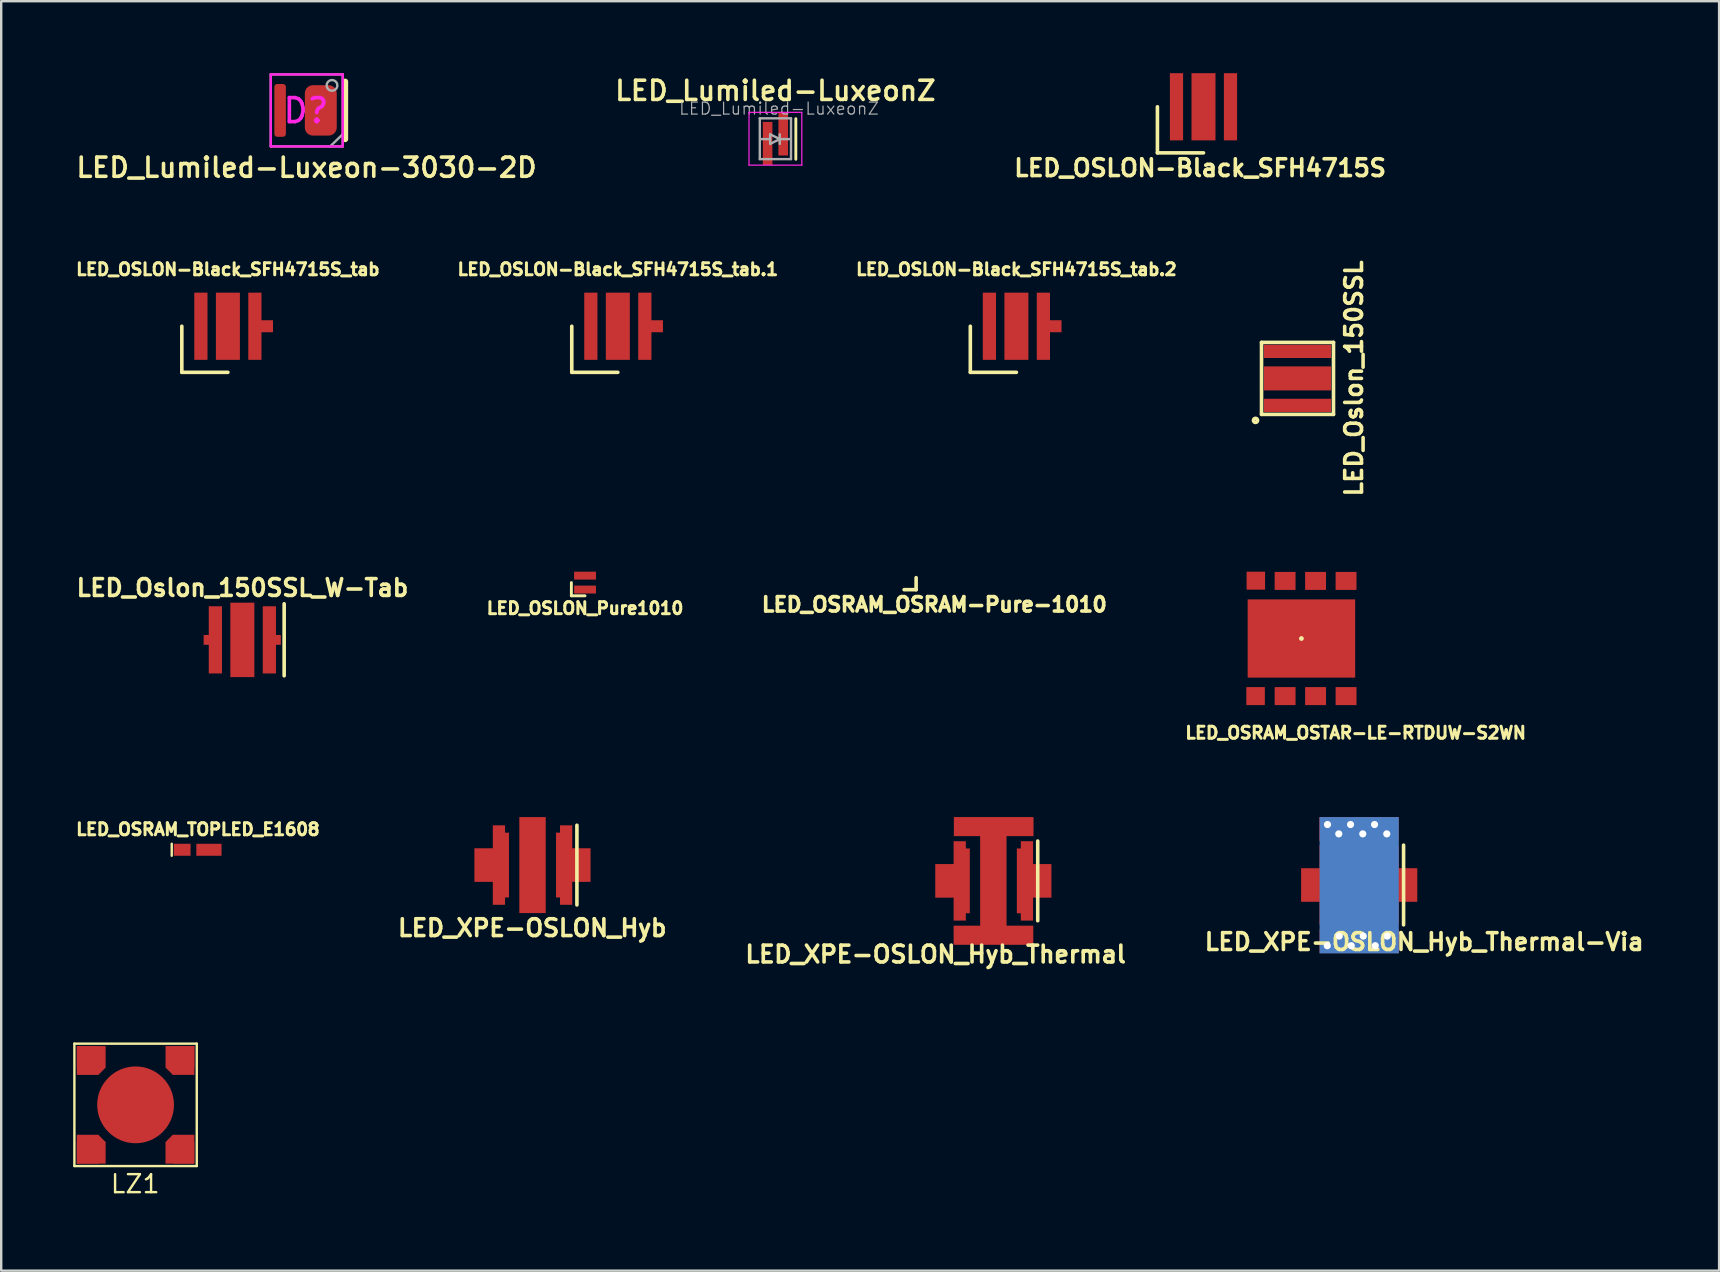
<source format=kicad_pcb>
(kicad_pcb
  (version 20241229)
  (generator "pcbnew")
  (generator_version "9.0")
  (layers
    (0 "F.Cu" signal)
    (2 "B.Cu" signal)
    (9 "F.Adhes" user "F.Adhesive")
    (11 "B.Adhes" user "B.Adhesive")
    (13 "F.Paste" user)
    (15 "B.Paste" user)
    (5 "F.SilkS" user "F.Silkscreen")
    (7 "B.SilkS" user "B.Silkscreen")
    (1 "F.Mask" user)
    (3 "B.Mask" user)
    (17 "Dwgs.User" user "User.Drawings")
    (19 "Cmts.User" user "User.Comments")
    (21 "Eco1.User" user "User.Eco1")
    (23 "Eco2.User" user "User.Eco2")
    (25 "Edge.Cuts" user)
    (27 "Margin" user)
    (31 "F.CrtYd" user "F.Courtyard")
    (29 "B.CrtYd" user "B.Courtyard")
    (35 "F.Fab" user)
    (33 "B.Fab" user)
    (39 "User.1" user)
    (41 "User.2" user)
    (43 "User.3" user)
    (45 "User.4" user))
  (footprint "LED_XPE-OSLON_Hyb_Thermal-Via"
    (layer "F.Cu")
    (at 53.592 33.831)
    (property "Reference" "LED_XPE-OSLON_Hyb_Thermal-Via" (at 2.71 2.37 0) (layer "F.SilkS") (effects (font (size 0.7 0.7) (thickness 0.15))))
    (attr smd)
    (fp_poly (pts (xy -0.55 -1.68) (xy 0.55 -1.68) (xy 0.55 1.67) (xy -0.55 1.67)) (stroke (width 0.00015) (type solid)) (fill yes) (layer "F.Mask"))
    (fp_line (start 1.85 -1.66) (end 1.85 1.66) (stroke (width 0.15) (type solid)) (layer "F.SilkS"))
    (fp_poly (pts (xy -0.44 -1.55) (xy 0.44 -1.55) (xy 0.44 1.55) (xy -0.45 1.55)) (stroke (width 0.00015) (type solid)) (fill yes) (layer "F.Paste"))
    (pad "1" smd custom (at -1.19 0) (size 0.42 2.7) (layers "F.Cu" "F.Mask" "F.Paste") (options (anchor rect)) (primitives (gr_poly (pts (xy -0.46 -1.65) (xy 0.04 -1.65) (xy 0.04 1.64) (xy 0.04 1.65) (xy -0.46 1.65)) (width 0.01) (fill yes)) (gr_poly (pts (xy -1.23 0) (xy -1.23 -0.7) (xy 0.21 -0.7) (xy 0.21 0.7) (xy -1.23 0.7)) (width 0.001) (fill yes))))
    (pad "2" smd custom (at 1.19 0) (size 0.42 2.7) (layers "F.Cu" "F.Mask" "F.Paste") (options (anchor rect)) (primitives (gr_poly (pts (xy -0.04 -1.65) (xy 0.46 -1.65) (xy 0.46 1.65) (xy -0.04 1.65)) (width 0.01) (fill yes)) (gr_poly (pts (xy -0.21 0) (xy -0.21 -0.7) (xy 1.23 -0.7) (xy 1.23 0.7) (xy -0.21 0.7)) (width 0.001) (fill yes))))
    (pad "3" thru_hole circle (at -1.33 2.53) (size 0.46 0.46) (drill 0.3) (layers "*.Cu"))
    (pad "3" thru_hole circle (at -1.32 -2.52) (size 0.46 0.46) (drill 0.3) (layers "*.Cu"))
    (pad "3" thru_hole circle (at -0.85 -2.13) (size 0.46 0.46) (drill 0.3) (layers "*.Cu"))
    (pad "3" thru_hole circle (at -0.83 2.13) (size 0.46 0.46) (drill 0.3) (layers "*.Cu"))
    (pad "3" thru_hole circle (at -0.36 -2.52) (size 0.46 0.46) (drill 0.3) (layers "*.Cu"))
    (pad "3" thru_hole circle (at -0.33 2.53) (size 0.46 0.46) (drill 0.3) (layers "*.Cu"))
    (pad "3" smd custom (at 0 0) (size 1.1 4) (layers "F.Cu") (options (anchor rect)) (primitives (gr_poly (pts (xy -1.66 -2.83) (xy -1.66 -1.83) (xy 1.65 -1.83) (xy 1.65 -2.83)) (width 0.001) (fill yes)) (gr_poly (pts (xy -1.65 1.84) (xy -1.65 2.84) (xy 1.66 2.84) (xy 1.66 1.84)) (width 0.001) (fill yes))))
    (pad "3" smd rect (at 0 0.01) (size 3.3 5.68) (layers "B.Cu"))
    (pad "3" thru_hole circle (at 0.15 -2.13) (size 0.46 0.46) (drill 0.3) (layers "*.Cu"))
    (pad "3" thru_hole circle (at 0.17 2.13) (size 0.46 0.46) (drill 0.3) (layers "*.Cu"))
    (pad "3" thru_hole circle (at 0.64 -2.52) (size 0.46 0.46) (drill 0.3) (layers "*.Cu"))
    (pad "3" thru_hole circle (at 0.67 2.53) (size 0.46 0.46) (drill 0.3) (layers "*.Cu"))
    (pad "3" thru_hole circle (at 1.15 -2.13) (size 0.46 0.46) (drill 0.3) (layers "*.Cu"))
    (pad "3" thru_hole circle (at 1.17 2.13) (size 0.46 0.46) (drill 0.3) (layers "*.Cu")))
  (footprint "LED_OSRAM_TOPLED_E1608"
    (layer "F.Cu")
    (at 5.187 32.363)
    (property "Reference" "LED_OSRAM_TOPLED_E1608" (at 0.01 -0.85 0) (layer "F.SilkS") (effects (font (size 0.5 0.5) (thickness 0.125))))
    (attr smd)
    (fp_line (start -1.08 -0.25) (end -1.08 0.25) (stroke (width 0.1) (type solid)) (layer "F.SilkS"))
    (pad "1" smd rect (at 0.47 0) (size 1.05 0.5) (layers "F.Cu" "F.Mask" "F.Paste"))
    (pad "2" smd rect (at -0.645 0) (size 0.7 0.5) (layers "F.Cu" "F.Mask" "F.Paste")))
  (footprint "LED_Lumiled-LuxeonZ"
    (layer "F.Cu")
    (at 29.264 2.731)
    (property "Reference" "LED_Lumiled-LuxeonZ" (at 0 -2 0) (layer "F.SilkS") (effects (font (size 0.8 0.8) (thickness 0.15))))
    (attr smd)
    (fp_line (start 0.851 0.856) (end 0.851 -0.836) (stroke (width 0.12) (type solid)) (layer "F.SilkS"))
    (fp_line (start -1.1 -1.1) (end 1.1 -1.1) (stroke (width 0.05) (type solid)) (layer "F.CrtYd"))
    (fp_line (start -1.1 1.1) (end -1.1 -1.1) (stroke (width 0.05) (type solid)) (layer "F.CrtYd"))
    (fp_line (start 1.1 -1.1) (end 1.1 1.1) (stroke (width 0.05) (type solid)) (layer "F.CrtYd"))
    (fp_line (start 1.1 1.1) (end -1.1 1.1) (stroke (width 0.05) (type solid)) (layer "F.CrtYd"))
    (fp_line (start -0.65 0.851) (end -0.65 -0.851) (stroke (width 0.1) (type solid)) (layer "F.Fab"))
    (fp_line (start -0.65 -0.851) (end 0.65 -0.851) (stroke (width 0.1) (type solid)) (layer "F.Fab"))
    (fp_line (start -0.619 0.016) (end -0.219 0.016) (stroke (width 0.1) (type solid)) (layer "F.Fab"))
    (fp_line (start -0.219 -0.184) (end 0.181 0.016) (stroke (width 0.1) (type solid)) (layer "F.Fab"))
    (fp_line (start -0.219 0.216) (end -0.219 -0.184) (stroke (width 0.1) (type solid)) (layer "F.Fab"))
    (fp_line (start 0.181 0.016) (end -0.219 0.216) (stroke (width 0.1) (type solid)) (layer "F.Fab"))
    (fp_line (start 0.181 0.216) (end 0.181 -0.184) (stroke (width 0.1) (type solid)) (layer "F.Fab"))
    (fp_line (start 0.581 0.016) (end 0.181 0.016) (stroke (width 0.1) (type solid)) (layer "F.Fab"))
    (fp_line (start 0.65 0.851) (end -0.65 0.851) (stroke (width 0.1) (type solid)) (layer "F.Fab"))
    (fp_line (start 0.65 -0.85) (end 0.65 0.85) (stroke (width 0.1) (type solid)) (layer "F.Fab"))
    (fp_text user "${REFERENCE}" (at 0.15 -1.255 0) (layer "F.Fab") (effects (font (size 0.5 0.5) (thickness 0.05))))
    (pad "1" smd rect (at 0.325 0) (size 0.4 1.8) (drill (offset 0 -0.2)) (layers "F.Cu" "F.Mask" "F.Paste"))
    (pad "2" smd rect (at -0.325 0) (size 0.4 1.8) (drill (offset 0 0.2)) (layers "F.Cu" "F.Mask" "F.Paste")))
  (footprint "LZ1"
    (layer "F.Cu")
    (at 2.6 42.993)
    (property "Reference" "LZ1" (at -0.015 3.297 0) (layer "F.SilkS") (effects (font (size 0.75 0.75) (thickness 0.1))))
    (attr through_hole)
    (fp_line (start -2.55 -2.55) (end -2.55 2.55) (stroke (width 0.1) (type solid)) (layer "F.SilkS"))
    (fp_line (start -2.55 -2.55) (end 2.55 -2.55) (stroke (width 0.1) (type solid)) (layer "F.SilkS"))
    (fp_line (start -2.55 2.55) (end 2.55 2.55) (stroke (width 0.1) (type solid)) (layer "F.SilkS"))
    (fp_line (start 2.55 -2.55) (end 2.55 2.55) (stroke (width 0.1) (type solid)) (layer "F.SilkS"))
    (pad "1" smd rect (at -2 -1.848) (size 0.898 1.2) (layers "F.Cu" "F.Mask" "F.Paste"))
    (pad "1" smd rect (at -1.848 -2 270) (size 0.898 1.2) (layers "F.Cu" "F.Mask" "F.Paste"))
    (pad "1" smd rect (at -1.435 -1.435 45) (size 0.43 0.3) (drill (offset 0 -0.1)) (layers "F.Cu" "F.Mask" "F.Paste"))
    (pad "2" smd rect (at 1.436 -1.436 315) (size 0.43 0.3) (drill (offset 0 -0.1)) (layers "F.Cu" "F.Mask" "F.Paste"))
    (pad "2" smd rect (at 1.849 -2.001 270) (size 0.898 1.2) (layers "F.Cu" "F.Mask" "F.Paste"))
    (pad "2" smd rect (at 2.001 -1.849 180) (size 0.898 1.2) (layers "F.Cu" "F.Mask" "F.Paste"))
    (pad "3" smd rect (at 1.434 1.434 225) (size 0.43 0.3) (drill (offset 0 -0.1)) (layers "F.Cu" "F.Mask" "F.Paste"))
    (pad "3" smd rect (at 1.847 2 90) (size 0.898 1.2) (layers "F.Cu" "F.Mask" "F.Paste"))
    (pad "3" smd rect (at 2 1.848 180) (size 0.898 1.2) (layers "F.Cu" "F.Mask" "F.Paste"))
    (pad "4" smd rect (at -2.001 1.848) (size 0.898 1.2) (layers "F.Cu" "F.Mask" "F.Paste"))
    (pad "4" smd rect (at -1.848 2.001 90) (size 0.898 1.2) (layers "F.Cu" "F.Mask" "F.Paste"))
    (pad "4" smd rect (at -1.435 1.435 135) (size 0.43 0.3) (drill (offset 0 -0.1)) (layers "F.Cu" "F.Mask" "F.Paste"))
    (pad "5" smd circle (at 0 0) (size 3.2 3.2) (layers "F.Cu" "F.Mask" "F.Paste")))
  (footprint "LED_OSRAM_OSRAM-Pure-1010"
    (layer "F.Cu")
    (at 34.628 21.024)
    (property "Reference" "LED_OSRAM_OSRAM-Pure-1010" (at 1.26 1.12 0) (layer "F.SilkS") (effects (font (size 0.6 0.6) (thickness 0.15))))
    (attr through_hole)
    (fp_line (start 0 0.5) (end 0.5 0.5) (stroke (width 0.15) (type solid)) (layer "F.SilkS"))
    (fp_line (start 0.5 0) (end 0.5 0.5) (stroke (width 0.15) (type solid)) (layer "F.SilkS")))
  (footprint "LED_OSLON_Pure1010"
    (layer "F.Cu")
    (at 21.331 21.229)
    (property "Reference" "LED_OSLON_Pure1010" (at 0 1.07 0) (layer "F.SilkS") (effects (font (size 0.5 0.5) (thickness 0.125))))
    (attr smd)
    (fp_line (start -0.57 0) (end -0.57 0.55) (stroke (width 0.12) (type solid)) (layer "F.SilkS"))
    (fp_line (start -0.57 0.55) (end 0 0.55) (stroke (width 0.12) (type solid)) (layer "F.SilkS"))
    (pad "1" smd rect (at 0 -0.29) (size 0.91 0.33) (layers "F.Cu" "F.Mask" "F.Paste"))
    (pad "2" smd rect (at 0 0.29) (size 0.91 0.33) (layers "F.Cu" "F.Mask" "F.Paste")))
  (footprint "LED_XPE-OSLON_Hyb_Thermal"
    (layer "F.Cu")
    (at 38.346 33.66)
    (property "Reference" "LED_XPE-OSLON_Hyb_Thermal" (at -2.404 3.06 0) (layer "F.SilkS") (effects (font (size 0.7 0.7) (thickness 0.15))))
    (attr smd)
    (fp_line (start 1.85 -1.66) (end 1.85 1.66) (stroke (width 0.15) (type solid)) (layer "F.SilkS"))
    (fp_poly (pts (xy -0.508 -1.364) (xy 0.512 -1.364) (xy 0.511 1.356) (xy -0.508 1.356)) (stroke (width 0.05) (type solid)) (fill yes) (layer "F.Paste"))
    (pad "1" smd custom (at -1.19 0) (size 0.42 2.7) (layers "F.Cu" "F.Mask" "F.Paste") (options (anchor rect)) (primitives (gr_poly (pts (xy -0.46 -1.65) (xy 0.04 -1.65) (xy 0.04 1.64) (xy 0.04 1.65) (xy -0.46 1.65)) (width 0.01) (fill yes)) (gr_poly (pts (xy -1.23 0) (xy -1.23 -0.7) (xy 0.21 -0.7) (xy 0.21 0.7) (xy -1.23 0.7)) (width 0.001) (fill yes))))
    (pad "2" smd custom (at 1.19 0) (size 0.42 2.7) (layers "F.Cu" "F.Mask" "F.Paste") (options (anchor rect)) (primitives (gr_poly (pts (xy -0.04 -1.65) (xy 0.46 -1.65) (xy 0.46 1.65) (xy -0.04 1.65)) (width 0.01) (fill yes)) (gr_poly (pts (xy -0.21 0) (xy -0.21 -0.7) (xy 1.23 -0.7) (xy 1.23 0.7) (xy -0.21 0.7)) (width 0.001) (fill yes))))
    (pad "3" smd custom (at 0 0) (size 1.1 4) (layers "F.Cu" "F.Mask") (options (anchor rect)) (primitives (gr_poly (pts (xy -1.65 2.657) (xy 1.66 2.657) (xy 1.66 1.872) (xy -1.65 1.872)) (width 0.01) (fill yes)) (gr_poly (pts (xy -1.64 -1.869) (xy 1.67 -1.869) (xy 1.67 -2.654) (xy -1.64 -2.654)) (width 0.01) (fill yes)))))
  (footprint "LED_Lumiled-Luxeon-3030-2D"
    (layer "F.Cu")
    (at 9.734 1.55)
    (property "Reference" "LED_Lumiled-Luxeon-3030-2D" (at -0.008 2.383 0) (layer "F.SilkS") (effects (font (size 0.8 0.8) (thickness 0.15))))
    (attr smd)
    (fp_line (start 1.6 -1.2) (end 1.6 1.2) (stroke (width 0.25) (type solid)) (layer "F.SilkS"))
    (fp_line (start -1.5 -1.5) (end 1.5 -1.5) (stroke (width 0.1) (type solid)) (layer "F.CrtYd"))
    (fp_line (start -1.5 1.5) (end -1.5 -1.5) (stroke (width 0.1) (type solid)) (layer "F.CrtYd"))
    (fp_line (start 1.5 -1.5) (end 1.5 1.5) (stroke (width 0.1) (type solid)) (layer "F.CrtYd"))
    (fp_line (start 1.5 1.5) (end -1.5 1.5) (stroke (width 0.1) (type solid)) (layer "F.CrtYd"))
    (fp_line (start -1.5 -1.5) (end 1.5 -1.5) (stroke (width 0.1) (type solid)) (layer "F.Fab"))
    (fp_line (start -1.5 1.5) (end -1.5 -1.5) (stroke (width 0.1) (type solid)) (layer "F.Fab"))
    (fp_line (start 0.975 1.501) (end 1.496 0.996) (stroke (width 0.1) (type solid)) (layer "F.Fab"))
    (fp_line (start 1.5 -1.5) (end 1.5 1.5) (stroke (width 0.1) (type solid)) (layer "F.Fab"))
    (fp_line (start 1.5 1.5) (end -1.5 1.5) (stroke (width 0.1) (type solid)) (layer "F.Fab"))
    (fp_circle (center 1.052 -1.041) (end 1.09 -1.26) (stroke (width 0.1) (type solid)) (fill no) (layer "F.Fab"))
    (fp_text user "D?" (at -0.036 0.013 0) (layer "F.CrtYd") (effects (font (size 1 1) (thickness 0.15))))
    (pad "" smd roundrect (at 0.635 0) (size 1.53 2.3) (layers "F.Mask") (roundrect_rratio 0.25))
    (pad "1" smd roundrect (at -1.11 0) (size 0.48 2.2) (layers "F.Cu" "F.Mask" "F.Paste") (roundrect_rratio 0.25))
    (pad "2" smd roundrect (at 0.585 0) (size 1.33 2.1) (layers "F.Cu" "F.Paste") (roundrect_rratio 0.25)))
  (footprint "LED_OSLON-Black_SFH4715S_tab"
    (layer "F.Cu")
    (at 6.447 10.546)
    (property "Reference" "LED_OSLON-Black_SFH4715S_tab" (at 0 -2.37 0) (layer "F.SilkS") (effects (font (size 0.5 0.5) (thickness 0.125))))
    (attr smd)
    (fp_line (start -1.92 0) (end -1.92 1.92) (stroke (width 0.15) (type solid)) (layer "F.SilkS"))
    (fp_line (start -1.92 1.92) (end 0 1.92) (stroke (width 0.15) (type solid)) (layer "F.SilkS"))
    (pad "1" smd rect (at 1.125 0) (size 0.55 2.8) (layers "F.Cu" "F.Mask" "F.Paste"))
    (pad "1" smd rect (at 1.63 0) (size 0.5 0.5) (layers "F.Cu" "F.Mask" "F.Paste"))
    (pad "2" smd rect (at -1.125 0) (size 0.55 2.8) (layers "F.Cu" "F.Mask" "F.Paste"))
    (pad "2" smd rect (at 0 0) (size 1 2.8) (layers "F.Cu" "F.Mask" "F.Paste")))
  (footprint "LED_OSLON-Black_SFH4715S_tab.2"
    (layer "F.Cu")
    (at 39.307 10.546)
    (property "Reference" "LED_OSLON-Black_SFH4715S_tab.2" (at 0 -2.37 0) (layer "F.SilkS") (effects (font (size 0.5 0.5) (thickness 0.125))))
    (attr smd)
    (fp_line (start -1.92 0) (end -1.92 1.92) (stroke (width 0.15) (type solid)) (layer "F.SilkS"))
    (fp_line (start -1.92 1.92) (end 0 1.92) (stroke (width 0.15) (type solid)) (layer "F.SilkS"))
    (pad "1" smd rect (at 1.125 0) (size 0.55 2.8) (layers "F.Cu" "F.Mask" "F.Paste"))
    (pad "1" smd rect (at 1.63 0) (size 0.5 0.5) (layers "F.Cu" "F.Mask" "F.Paste"))
    (pad "2" smd rect (at -1.125 0) (size 0.55 2.8) (layers "F.Cu" "F.Mask" "F.Paste"))
    (pad "2" smd rect (at 0 0) (size 1 2.8) (layers "F.Cu" "F.Mask" "F.Paste")))
  (footprint "LED_OSLON-Black_SFH4715S_tab.1"
    (layer "F.Cu")
    (at 22.698 10.546)
    (property "Reference" "LED_OSLON-Black_SFH4715S_tab.1" (at 0 -2.37 0) (layer "F.SilkS") (effects (font (size 0.5 0.5) (thickness 0.125))))
    (attr smd)
    (fp_line (start -1.92 0) (end -1.92 1.92) (stroke (width 0.15) (type solid)) (layer "F.SilkS"))
    (fp_line (start -1.92 1.92) (end 0 1.92) (stroke (width 0.15) (type solid)) (layer "F.SilkS"))
    (pad "1" smd rect (at 1.125 0) (size 0.55 2.8) (layers "F.Cu" "F.Mask" "F.Paste"))
    (pad "1" smd rect (at 1.63 0) (size 0.5 0.5) (layers "F.Cu" "F.Mask" "F.Paste"))
    (pad "2" smd rect (at -1.125 0) (size 0.55 2.8) (layers "F.Cu" "F.Mask" "F.Paste"))
    (pad "2" smd rect (at 0 0) (size 1 2.8) (layers "F.Cu" "F.Mask" "F.Paste")))
  (footprint "LED_Oslon_150SSL"
    (layer "F.Cu")
    (at 51.022 12.719)
    (property "Reference" "LED_Oslon_150SSL" (at 2.35 0 90) (layer "F.SilkS") (effects (font (size 0.7 0.7) (thickness 0.15))))
    (attr smd)
    (fp_line (start -1.5 -1.5) (end 1.5 -1.5) (stroke (width 0.15) (type solid)) (layer "F.SilkS"))
    (fp_line (start -1.5 1.5) (end -1.5 -1.5) (stroke (width 0.15) (type solid)) (layer "F.SilkS"))
    (fp_line (start 1.5 -1.5) (end 1.5 1.5) (stroke (width 0.15) (type solid)) (layer "F.SilkS"))
    (fp_line (start 1.5 1.5) (end -1.5 1.5) (stroke (width 0.15) (type solid)) (layer "F.SilkS"))
    (fp_circle (center -1.75 1.75) (end -1.664 1.75) (stroke (width 0.15) (type solid)) (fill no) (layer "F.SilkS"))
    (pad "1" smd rect (at 0 -1.125) (size 2.8 0.55) (layers "F.Cu" "F.Mask" "F.Paste"))
    (pad "2" smd rect (at 0 1.125) (size 2.8 0.55) (layers "F.Cu" "F.Mask" "F.Paste"))
    (pad "3" smd rect (at 0 0) (size 2.8 1) (layers "F.Cu" "F.Mask" "F.Paste")))
  (footprint "LED_OSRAM_OSTAR-LE-RTDUW-S2WN"
    (layer "F.Cu")
    (at 51.185 23.559)
    (property "Reference" "LED_OSRAM_OSTAR-LE-RTDUW-S2WN" (at 2.26 3.93 0) (layer "F.SilkS") (effects (font (size 0.5 0.5) (thickness 0.125))))
    (attr through_hole)
    (fp_line (start 0 0) (end 0 0) (stroke (width 0.1) (type solid)) (layer "F.SilkS"))
    (fp_line (start 0 0) (end 0 0) (stroke (width 0.1) (type solid)) (layer "F.SilkS"))
    (fp_line (start 0 0) (end 0 0) (stroke (width 0.1) (type solid)) (layer "F.SilkS"))
    (fp_line (start 0 0) (end 0 0) (stroke (width 0.1) (type solid)) (layer "F.SilkS"))
    (fp_line (start 0 0) (end 0 0) (stroke (width 0.1) (type solid)) (layer "F.SilkS"))
    (fp_arc (start 0 0) (mid 0 0) (end 0 0) (stroke (width 0.1) (type solid)) (layer "F.SilkS"))
    (pad "1" smd rect (at 1.86 -2.4) (size 0.87 0.75) (layers "F.Cu" "F.Mask" "F.Paste"))
    (pad "2" smd rect (at 0.59 -2.4) (size 0.87 0.75) (layers "F.Cu" "F.Mask" "F.Paste"))
    (pad "3" smd rect (at -0.68 -2.4) (size 0.87 0.75) (layers "F.Cu" "F.Mask" "F.Paste"))
    (pad "4" smd rect (at -1.9 -2.41) (size 0.77 0.75) (layers "F.Cu" "F.Mask" "F.Paste"))
    (pad "5" smd rect (at -1.91 2.4) (size 0.77 0.75) (layers "F.Cu" "F.Mask" "F.Paste"))
    (pad "6" smd rect (at -0.68 2.4) (size 0.87 0.75) (layers "F.Cu" "F.Mask" "F.Paste"))
    (pad "7" smd rect (at 0.59 2.4) (size 0.87 0.75) (layers "F.Cu" "F.Mask" "F.Paste"))
    (pad "8" smd rect (at 1.86 2.4) (size 0.87 0.75) (layers "F.Cu" "F.Mask" "F.Paste"))
    (pad "9" smd rect (at 0 0) (size 4.48 3.26) (layers "F.Cu" "F.Mask" "F.Paste")))
  (footprint "LED_XPE-OSLON_Hyb"
    (layer "F.Cu")
    (at 19.142 33.001)
    (property "Reference" "LED_XPE-OSLON_Hyb" (at -0.01 2.62 0) (layer "F.SilkS") (effects (font (size 0.7 0.7) (thickness 0.15))))
    (attr smd)
    (fp_line (start 1.85 -1.66) (end 1.85 1.66) (stroke (width 0.15) (type solid)) (layer "F.SilkS"))
    (fp_poly (pts (xy -2.42 0) (xy -2.42 -0.7) (xy -0.98 -0.7) (xy -0.98 0.7) (xy -2.42 0.7)) (stroke (width 0.001) (type solid)) (fill no) (layer "Dwgs.User"))
    (pad "1" smd custom (at -2.022 0) (size 0.8 1.4) (layers "F.Cu" "F.Paste") (options (anchor rect)) (primitives (gr_poly (pts (xy 0.372 -1.65) (xy 0.872 -1.65) (xy 0.872 1.64) (xy 0.872 1.65) (xy 0.372 1.65)) (width 0.01) (fill yes)) (gr_poly (pts (xy 0.62 -1.351) (xy 0.62 1.349) (xy 1.041 1.349) (xy 1.041 -1.351)) (width 0.001) (fill yes))))
    (pad "2" smd custom (at 2.019 0) (size 0.8 1.4) (layers "F.Cu" "F.Paste") (options (anchor rect)) (primitives (gr_poly (pts (xy -1.039 -1.351) (xy -1.039 1.349) (xy -0.617 1.349) (xy -0.617 -1.351)) (width 0.001) (fill yes)) (gr_poly (pts (xy -0.869 -1.65) (xy -0.369 -1.65) (xy -0.369 1.65) (xy -0.869 1.65)) (width 0.01) (fill yes))))
    (pad "3" smd rect (at 0 0) (size 1.1 4) (layers "F.Cu" "F.Mask" "F.Paste")))
  (footprint "LED_OSLON-Black_SFH4715S"
    (layer "F.Cu")
    (at 47.104 1.4)
    (property "Reference" "LED_OSLON-Black_SFH4715S" (at -0.14 2.55 0) (layer "F.SilkS") (effects (font (size 0.7 0.7) (thickness 0.15))))
    (attr smd)
    (fp_line (start -1.92 0) (end -1.92 1.92) (stroke (width 0.15) (type solid)) (layer "F.SilkS"))
    (fp_line (start -1.92 1.92) (end 0 1.92) (stroke (width 0.15) (type solid)) (layer "F.SilkS"))
    (pad "1" smd rect (at 1.125 0) (size 0.55 2.8) (layers "F.Cu" "F.Mask" "F.Paste"))
    (pad "2" smd rect (at -1.125 0) (size 0.55 2.8) (layers "F.Cu" "F.Mask" "F.Paste"))
    (pad "2" smd rect (at 0 0) (size 1 2.8) (layers "F.Cu" "F.Mask" "F.Paste")))
  (footprint "LED_Oslon_150SSL_W-Tab"
    (layer "F.Cu")
    (at 7.05 23.616)
    (property "Reference" "LED_Oslon_150SSL_W-Tab" (at 0.005 -2.169 180) (layer "F.SilkS") (effects (font (size 0.7 0.7) (thickness 0.15))))
    (attr smd)
    (fp_line (start 1.742 -1.504) (end 1.742 1.496) (stroke (width 0.15) (type solid)) (layer "F.SilkS"))
    (pad "1" smd custom (at -1.125 0 90) (size 2.8 0.55) (layers "F.Cu" "F.Mask" "F.Paste") (options (anchor rect)) (primitives (gr_poly (pts (xy -0.203 -0.488) (xy 0.203 -0.488) (xy 0.203 -0.267) (xy -0.203 -0.267)) (width 0.002) (fill yes))))
    (pad "2" smd custom (at 1.125 0 90) (size 2.8 0.55) (layers "F.Cu" "F.Mask" "F.Paste") (options (anchor rect)) (primitives (gr_poly (pts (xy -0.203 0.257) (xy 0.203 0.257) (xy 0.203 0.478) (xy -0.203 0.478)) (width 0.002) (fill yes))))
    (pad "3" smd rect (at 0 0 90) (size 3.1 1) (layers "F.Cu" "F.Mask" "F.Paste")))
  (gr_rect
    (start -3 -3)
    (end 68.591 49.904)
    (stroke (width 0.1) (type default))
    (fill no)
    (layer "Edge.Cuts")))
</source>
